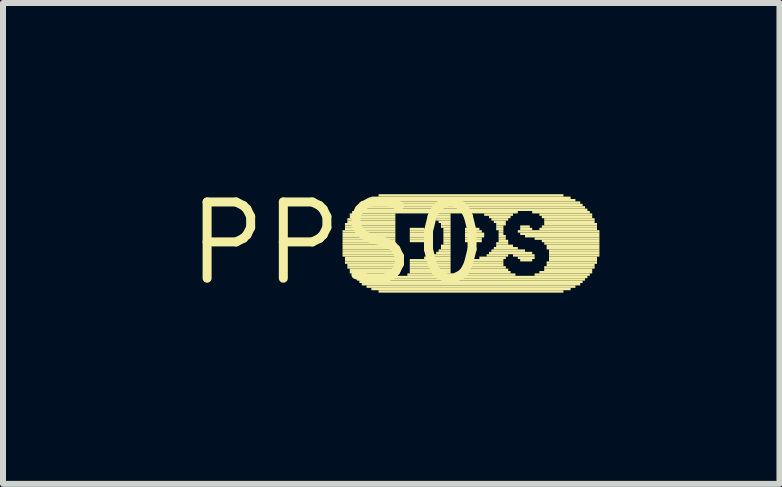
<source format=kicad_pcb>
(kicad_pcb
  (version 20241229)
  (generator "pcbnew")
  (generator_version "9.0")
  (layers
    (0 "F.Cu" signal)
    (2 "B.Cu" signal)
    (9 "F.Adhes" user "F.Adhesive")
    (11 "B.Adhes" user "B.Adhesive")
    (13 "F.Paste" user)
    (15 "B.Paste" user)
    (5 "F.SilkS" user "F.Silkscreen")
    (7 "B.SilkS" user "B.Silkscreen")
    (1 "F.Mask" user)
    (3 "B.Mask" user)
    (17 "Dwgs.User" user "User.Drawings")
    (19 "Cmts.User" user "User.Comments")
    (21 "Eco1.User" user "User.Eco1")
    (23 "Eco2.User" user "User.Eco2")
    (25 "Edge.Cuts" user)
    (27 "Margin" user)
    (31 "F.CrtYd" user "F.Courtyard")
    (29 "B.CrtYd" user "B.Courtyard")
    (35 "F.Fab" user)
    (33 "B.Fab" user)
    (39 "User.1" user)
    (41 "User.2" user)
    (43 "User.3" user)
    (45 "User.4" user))
  (footprint "PPS0"
    (layer "F.Cu")
    (at 2.578 1.006)
    (property "Reference" "PPS0" (at 0 0 0) (layer "F.SilkS") (effects (font (size 1.27 1.27) (thickness 0.15))))
    (fp_poly (pts (xy 0.08 -0.18) (xy 0.96 -0.18) (xy 0.96 -0.22) (xy 0.08 -0.22)) (stroke (width 0) (type solid)) (fill yes) (layer "F.SilkS"))
    (fp_poly (pts (xy 0.08 -0.14) (xy 0.96 -0.14) (xy 0.96 -0.18) (xy 0.08 -0.18)) (stroke (width 0) (type solid)) (fill yes) (layer "F.SilkS"))
    (fp_poly (pts (xy 0.08 -0.1) (xy 0.96 -0.1) (xy 0.96 -0.14) (xy 0.08 -0.14)) (stroke (width 0) (type solid)) (fill yes) (layer "F.SilkS"))
    (fp_poly (pts (xy 0.08 -0.06) (xy 0.96 -0.06) (xy 0.96 -0.1) (xy 0.08 -0.1)) (stroke (width 0) (type solid)) (fill yes) (layer "F.SilkS"))
    (fp_poly (pts (xy 0.08 -0.02) (xy 0.96 -0.02) (xy 0.96 -0.06) (xy 0.08 -0.06)) (stroke (width 0) (type solid)) (fill yes) (layer "F.SilkS"))
    (fp_poly (pts (xy 0.08 0.02) (xy 0.96 0.02) (xy 0.96 -0.02) (xy 0.08 -0.02)) (stroke (width 0) (type solid)) (fill yes) (layer "F.SilkS"))
    (fp_poly (pts (xy 0.08 0.06) (xy 0.96 0.06) (xy 0.96 0.02) (xy 0.08 0.02)) (stroke (width 0) (type solid)) (fill yes) (layer "F.SilkS"))
    (fp_poly (pts (xy 0.08 0.1) (xy 0.96 0.1) (xy 0.96 0.06) (xy 0.08 0.06)) (stroke (width 0) (type solid)) (fill yes) (layer "F.SilkS"))
    (fp_poly (pts (xy 0.08 0.14) (xy 0.96 0.14) (xy 0.96 0.1) (xy 0.08 0.1)) (stroke (width 0) (type solid)) (fill yes) (layer "F.SilkS"))
    (fp_poly (pts (xy 0.08 0.18) (xy 0.96 0.18) (xy 0.96 0.14) (xy 0.08 0.14)) (stroke (width 0) (type solid)) (fill yes) (layer "F.SilkS"))
    (fp_poly (pts (xy 0.08 0.22) (xy 0.96 0.22) (xy 0.96 0.18) (xy 0.08 0.18)) (stroke (width 0) (type solid)) (fill yes) (layer "F.SilkS"))
    (fp_poly (pts (xy 0.12 -0.3) (xy 0.96 -0.3) (xy 0.96 -0.34) (xy 0.12 -0.34)) (stroke (width 0) (type solid)) (fill yes) (layer "F.SilkS"))
    (fp_poly (pts (xy 0.12 -0.26) (xy 0.96 -0.26) (xy 0.96 -0.3) (xy 0.12 -0.3)) (stroke (width 0) (type solid)) (fill yes) (layer "F.SilkS"))
    (fp_poly (pts (xy 0.12 -0.22) (xy 0.96 -0.22) (xy 0.96 -0.26) (xy 0.12 -0.26)) (stroke (width 0) (type solid)) (fill yes) (layer "F.SilkS"))
    (fp_poly (pts (xy 0.12 0.26) (xy 0.96 0.26) (xy 0.96 0.22) (xy 0.12 0.22)) (stroke (width 0) (type solid)) (fill yes) (layer "F.SilkS"))
    (fp_poly (pts (xy 0.12 0.3) (xy 0.96 0.3) (xy 0.96 0.26) (xy 0.12 0.26)) (stroke (width 0) (type solid)) (fill yes) (layer "F.SilkS"))
    (fp_poly (pts (xy 0.12 0.34) (xy 0.96 0.34) (xy 0.96 0.3) (xy 0.12 0.3)) (stroke (width 0) (type solid)) (fill yes) (layer "F.SilkS"))
    (fp_poly (pts (xy 0.16 -0.38) (xy 0.96 -0.38) (xy 0.96 -0.42) (xy 0.16 -0.42)) (stroke (width 0) (type solid)) (fill yes) (layer "F.SilkS"))
    (fp_poly (pts (xy 0.16 -0.34) (xy 0.96 -0.34) (xy 0.96 -0.38) (xy 0.16 -0.38)) (stroke (width 0) (type solid)) (fill yes) (layer "F.SilkS"))
    (fp_poly (pts (xy 0.16 0.38) (xy 0.96 0.38) (xy 0.96 0.34) (xy 0.16 0.34)) (stroke (width 0) (type solid)) (fill yes) (layer "F.SilkS"))
    (fp_poly (pts (xy 0.16 0.42) (xy 0.96 0.42) (xy 0.96 0.38) (xy 0.16 0.38)) (stroke (width 0) (type solid)) (fill yes) (layer "F.SilkS"))
    (fp_poly (pts (xy 0.2 -0.46) (xy 0.96 -0.46) (xy 0.96 -0.5) (xy 0.2 -0.5)) (stroke (width 0) (type solid)) (fill yes) (layer "F.SilkS"))
    (fp_poly (pts (xy 0.2 -0.42) (xy 0.96 -0.42) (xy 0.96 -0.46) (xy 0.2 -0.46)) (stroke (width 0) (type solid)) (fill yes) (layer "F.SilkS"))
    (fp_poly (pts (xy 0.2 0.46) (xy 0.96 0.46) (xy 0.96 0.42) (xy 0.2 0.42)) (stroke (width 0) (type solid)) (fill yes) (layer "F.SilkS"))
    (fp_poly (pts (xy 0.2 0.5) (xy 0.96 0.5) (xy 0.96 0.46) (xy 0.2 0.46)) (stroke (width 0) (type solid)) (fill yes) (layer "F.SilkS"))
    (fp_poly (pts (xy 0.24 -0.5) (xy 3 -0.5) (xy 3 -0.54) (xy 0.24 -0.54)) (stroke (width 0) (type solid)) (fill yes) (layer "F.SilkS"))
    (fp_poly (pts (xy 0.24 0.54) (xy 1 0.54) (xy 1 0.5) (xy 0.24 0.5)) (stroke (width 0) (type solid)) (fill yes) (layer "F.SilkS"))
    (fp_poly (pts (xy 0.28 -0.54) (xy 4.16 -0.54) (xy 4.16 -0.58) (xy 0.28 -0.58)) (stroke (width 0) (type solid)) (fill yes) (layer "F.SilkS"))
    (fp_poly (pts (xy 0.28 0.58) (xy 4.16 0.58) (xy 4.16 0.54) (xy 0.28 0.54)) (stroke (width 0) (type solid)) (fill yes) (layer "F.SilkS"))
    (fp_poly (pts (xy 0.32 -0.58) (xy 4.12 -0.58) (xy 4.12 -0.62) (xy 0.32 -0.62)) (stroke (width 0) (type solid)) (fill yes) (layer "F.SilkS"))
    (fp_poly (pts (xy 0.32 0.62) (xy 4.12 0.62) (xy 4.12 0.58) (xy 0.32 0.58)) (stroke (width 0) (type solid)) (fill yes) (layer "F.SilkS"))
    (fp_poly (pts (xy 0.36 -0.62) (xy 4.08 -0.62) (xy 4.08 -0.66) (xy 0.36 -0.66)) (stroke (width 0) (type solid)) (fill yes) (layer "F.SilkS"))
    (fp_poly (pts (xy 0.36 0.66) (xy 4.08 0.66) (xy 4.08 0.62) (xy 0.36 0.62)) (stroke (width 0) (type solid)) (fill yes) (layer "F.SilkS"))
    (fp_poly (pts (xy 0.4 -0.66) (xy 4.04 -0.66) (xy 4.04 -0.7) (xy 0.4 -0.7)) (stroke (width 0) (type solid)) (fill yes) (layer "F.SilkS"))
    (fp_poly (pts (xy 0.4 0.7) (xy 4.04 0.7) (xy 4.04 0.66) (xy 0.4 0.66)) (stroke (width 0) (type solid)) (fill yes) (layer "F.SilkS"))
    (fp_poly (pts (xy 0.48 -0.7) (xy 3.96 -0.7) (xy 3.96 -0.74) (xy 0.48 -0.74)) (stroke (width 0) (type solid)) (fill yes) (layer "F.SilkS"))
    (fp_poly (pts (xy 0.48 0.74) (xy 3.96 0.74) (xy 3.96 0.7) (xy 0.48 0.7)) (stroke (width 0) (type solid)) (fill yes) (layer "F.SilkS"))
    (fp_poly (pts (xy 0.56 -0.74) (xy 3.88 -0.74) (xy 3.88 -0.78) (xy 0.56 -0.78)) (stroke (width 0) (type solid)) (fill yes) (layer "F.SilkS"))
    (fp_poly (pts (xy 0.56 0.78) (xy 3.88 0.78) (xy 3.88 0.74) (xy 0.56 0.74)) (stroke (width 0) (type solid)) (fill yes) (layer "F.SilkS"))
    (fp_poly (pts (xy 0.68 -0.78) (xy 3.76 -0.78) (xy 3.76 -0.82) (xy 0.68 -0.82)) (stroke (width 0) (type solid)) (fill yes) (layer "F.SilkS"))
    (fp_poly (pts (xy 0.68 0.82) (xy 3.76 0.82) (xy 3.76 0.78) (xy 0.68 0.78)) (stroke (width 0) (type solid)) (fill yes) (layer "F.SilkS"))
    (fp_poly (pts (xy 1.16 0.54) (xy 1.92 0.54) (xy 1.92 0.5) (xy 1.16 0.5)) (stroke (width 0) (type solid)) (fill yes) (layer "F.SilkS"))
    (fp_poly (pts (xy 1.2 -0.22) (xy 1.44 -0.22) (xy 1.44 -0.26) (xy 1.2 -0.26)) (stroke (width 0) (type solid)) (fill yes) (layer "F.SilkS"))
    (fp_poly (pts (xy 1.2 -0.18) (xy 1.52 -0.18) (xy 1.52 -0.22) (xy 1.2 -0.22)) (stroke (width 0) (type solid)) (fill yes) (layer "F.SilkS"))
    (fp_poly (pts (xy 1.2 -0.14) (xy 1.52 -0.14) (xy 1.52 -0.18) (xy 1.2 -0.18)) (stroke (width 0) (type solid)) (fill yes) (layer "F.SilkS"))
    (fp_poly (pts (xy 1.2 -0.1) (xy 1.52 -0.1) (xy 1.52 -0.14) (xy 1.2 -0.14)) (stroke (width 0) (type solid)) (fill yes) (layer "F.SilkS"))
    (fp_poly (pts (xy 1.2 -0.06) (xy 1.52 -0.06) (xy 1.52 -0.1) (xy 1.2 -0.1)) (stroke (width 0) (type solid)) (fill yes) (layer "F.SilkS"))
    (fp_poly (pts (xy 1.2 -0.02) (xy 1.48 -0.02) (xy 1.48 -0.06) (xy 1.2 -0.06)) (stroke (width 0) (type solid)) (fill yes) (layer "F.SilkS"))
    (fp_poly (pts (xy 1.2 0.3) (xy 1.88 0.3) (xy 1.88 0.26) (xy 1.2 0.26)) (stroke (width 0) (type solid)) (fill yes) (layer "F.SilkS"))
    (fp_poly (pts (xy 1.2 0.34) (xy 1.88 0.34) (xy 1.88 0.3) (xy 1.2 0.3)) (stroke (width 0) (type solid)) (fill yes) (layer "F.SilkS"))
    (fp_poly (pts (xy 1.2 0.38) (xy 1.88 0.38) (xy 1.88 0.34) (xy 1.2 0.34)) (stroke (width 0) (type solid)) (fill yes) (layer "F.SilkS"))
    (fp_poly (pts (xy 1.2 0.42) (xy 1.88 0.42) (xy 1.88 0.38) (xy 1.2 0.38)) (stroke (width 0) (type solid)) (fill yes) (layer "F.SilkS"))
    (fp_poly (pts (xy 1.2 0.46) (xy 1.88 0.46) (xy 1.88 0.42) (xy 1.2 0.42)) (stroke (width 0) (type solid)) (fill yes) (layer "F.SilkS"))
    (fp_poly (pts (xy 1.2 0.5) (xy 1.88 0.5) (xy 1.88 0.46) (xy 1.2 0.46)) (stroke (width 0) (type solid)) (fill yes) (layer "F.SilkS"))
    (fp_poly (pts (xy 1.44 0.26) (xy 1.88 0.26) (xy 1.88 0.22) (xy 1.44 0.22)) (stroke (width 0) (type solid)) (fill yes) (layer "F.SilkS"))
    (fp_poly (pts (xy 1.52 -0.46) (xy 1.88 -0.46) (xy 1.88 -0.5) (xy 1.52 -0.5)) (stroke (width 0) (type solid)) (fill yes) (layer "F.SilkS"))
    (fp_poly (pts (xy 1.56 0.22) (xy 1.88 0.22) (xy 1.88 0.18) (xy 1.56 0.18)) (stroke (width 0) (type solid)) (fill yes) (layer "F.SilkS"))
    (fp_poly (pts (xy 1.6 -0.42) (xy 1.88 -0.42) (xy 1.88 -0.46) (xy 1.6 -0.46)) (stroke (width 0) (type solid)) (fill yes) (layer "F.SilkS"))
    (fp_poly (pts (xy 1.64 -0.38) (xy 1.88 -0.38) (xy 1.88 -0.42) (xy 1.64 -0.42)) (stroke (width 0) (type solid)) (fill yes) (layer "F.SilkS"))
    (fp_poly (pts (xy 1.64 0.18) (xy 1.88 0.18) (xy 1.88 0.14) (xy 1.64 0.14)) (stroke (width 0) (type solid)) (fill yes) (layer "F.SilkS"))
    (fp_poly (pts (xy 1.68 -0.34) (xy 1.88 -0.34) (xy 1.88 -0.38) (xy 1.68 -0.38)) (stroke (width 0) (type solid)) (fill yes) (layer "F.SilkS"))
    (fp_poly (pts (xy 1.68 0.14) (xy 1.88 0.14) (xy 1.88 0.1) (xy 1.68 0.1)) (stroke (width 0) (type solid)) (fill yes) (layer "F.SilkS"))
    (fp_poly (pts (xy 1.72 -0.3) (xy 1.88 -0.3) (xy 1.88 -0.34) (xy 1.72 -0.34)) (stroke (width 0) (type solid)) (fill yes) (layer "F.SilkS"))
    (fp_poly (pts (xy 1.72 -0.26) (xy 1.88 -0.26) (xy 1.88 -0.3) (xy 1.72 -0.3)) (stroke (width 0) (type solid)) (fill yes) (layer "F.SilkS"))
    (fp_poly (pts (xy 1.72 0.06) (xy 1.88 0.06) (xy 1.88 0.02) (xy 1.72 0.02)) (stroke (width 0) (type solid)) (fill yes) (layer "F.SilkS"))
    (fp_poly (pts (xy 1.72 0.1) (xy 1.88 0.1) (xy 1.88 0.06) (xy 1.72 0.06)) (stroke (width 0) (type solid)) (fill yes) (layer "F.SilkS"))
    (fp_poly (pts (xy 1.76 -0.22) (xy 1.88 -0.22) (xy 1.88 -0.26) (xy 1.76 -0.26)) (stroke (width 0) (type solid)) (fill yes) (layer "F.SilkS"))
    (fp_poly (pts (xy 1.76 -0.18) (xy 1.88 -0.18) (xy 1.88 -0.22) (xy 1.76 -0.22)) (stroke (width 0) (type solid)) (fill yes) (layer "F.SilkS"))
    (fp_poly (pts (xy 1.76 -0.14) (xy 1.88 -0.14) (xy 1.88 -0.18) (xy 1.76 -0.18)) (stroke (width 0) (type solid)) (fill yes) (layer "F.SilkS"))
    (fp_poly (pts (xy 1.76 -0.1) (xy 1.88 -0.1) (xy 1.88 -0.14) (xy 1.76 -0.14)) (stroke (width 0) (type solid)) (fill yes) (layer "F.SilkS"))
    (fp_poly (pts (xy 1.76 -0.06) (xy 1.88 -0.06) (xy 1.88 -0.1) (xy 1.76 -0.1)) (stroke (width 0) (type solid)) (fill yes) (layer "F.SilkS"))
    (fp_poly (pts (xy 1.76 -0.02) (xy 1.88 -0.02) (xy 1.88 -0.06) (xy 1.76 -0.06)) (stroke (width 0) (type solid)) (fill yes) (layer "F.SilkS"))
    (fp_poly (pts (xy 1.76 0.02) (xy 1.88 0.02) (xy 1.88 -0.02) (xy 1.76 -0.02)) (stroke (width 0) (type solid)) (fill yes) (layer "F.SilkS"))
    (fp_poly (pts (xy 2.08 0.54) (xy 2.96 0.54) (xy 2.96 0.5) (xy 2.08 0.5)) (stroke (width 0) (type solid)) (fill yes) (layer "F.SilkS"))
    (fp_poly (pts (xy 2.12 -0.22) (xy 2.36 -0.22) (xy 2.36 -0.26) (xy 2.12 -0.26)) (stroke (width 0) (type solid)) (fill yes) (layer "F.SilkS"))
    (fp_poly (pts (xy 2.12 -0.18) (xy 2.4 -0.18) (xy 2.4 -0.22) (xy 2.12 -0.22)) (stroke (width 0) (type solid)) (fill yes) (layer "F.SilkS"))
    (fp_poly (pts (xy 2.12 -0.14) (xy 2.44 -0.14) (xy 2.44 -0.18) (xy 2.12 -0.18)) (stroke (width 0) (type solid)) (fill yes) (layer "F.SilkS"))
    (fp_poly (pts (xy 2.12 -0.1) (xy 2.44 -0.1) (xy 2.44 -0.14) (xy 2.12 -0.14)) (stroke (width 0) (type solid)) (fill yes) (layer "F.SilkS"))
    (fp_poly (pts (xy 2.12 -0.06) (xy 2.4 -0.06) (xy 2.4 -0.1) (xy 2.12 -0.1)) (stroke (width 0) (type solid)) (fill yes) (layer "F.SilkS"))
    (fp_poly (pts (xy 2.12 -0.02) (xy 2.4 -0.02) (xy 2.4 -0.06) (xy 2.12 -0.06)) (stroke (width 0) (type solid)) (fill yes) (layer "F.SilkS"))
    (fp_poly (pts (xy 2.12 0.3) (xy 2.76 0.3) (xy 2.76 0.26) (xy 2.12 0.26)) (stroke (width 0) (type solid)) (fill yes) (layer "F.SilkS"))
    (fp_poly (pts (xy 2.12 0.34) (xy 2.76 0.34) (xy 2.76 0.3) (xy 2.12 0.3)) (stroke (width 0) (type solid)) (fill yes) (layer "F.SilkS"))
    (fp_poly (pts (xy 2.12 0.38) (xy 2.76 0.38) (xy 2.76 0.34) (xy 2.12 0.34)) (stroke (width 0) (type solid)) (fill yes) (layer "F.SilkS"))
    (fp_poly (pts (xy 2.12 0.42) (xy 2.8 0.42) (xy 2.8 0.38) (xy 2.12 0.38)) (stroke (width 0) (type solid)) (fill yes) (layer "F.SilkS"))
    (fp_poly (pts (xy 2.12 0.46) (xy 2.84 0.46) (xy 2.84 0.42) (xy 2.12 0.42)) (stroke (width 0) (type solid)) (fill yes) (layer "F.SilkS"))
    (fp_poly (pts (xy 2.12 0.5) (xy 2.88 0.5) (xy 2.88 0.46) (xy 2.12 0.46)) (stroke (width 0) (type solid)) (fill yes) (layer "F.SilkS"))
    (fp_poly (pts (xy 2.36 0.26) (xy 2.8 0.26) (xy 2.8 0.22) (xy 2.36 0.22)) (stroke (width 0) (type solid)) (fill yes) (layer "F.SilkS"))
    (fp_poly (pts (xy 2.44 -0.46) (xy 2.92 -0.46) (xy 2.92 -0.5) (xy 2.44 -0.5)) (stroke (width 0) (type solid)) (fill yes) (layer "F.SilkS"))
    (fp_poly (pts (xy 2.48 0.22) (xy 2.84 0.22) (xy 2.84 0.18) (xy 2.48 0.18)) (stroke (width 0) (type solid)) (fill yes) (layer "F.SilkS"))
    (fp_poly (pts (xy 2.52 -0.42) (xy 2.88 -0.42) (xy 2.88 -0.46) (xy 2.52 -0.46)) (stroke (width 0) (type solid)) (fill yes) (layer "F.SilkS"))
    (fp_poly (pts (xy 2.52 0.18) (xy 3.24 0.18) (xy 3.24 0.14) (xy 2.52 0.14)) (stroke (width 0) (type solid)) (fill yes) (layer "F.SilkS"))
    (fp_poly (pts (xy 2.56 -0.38) (xy 2.84 -0.38) (xy 2.84 -0.42) (xy 2.56 -0.42)) (stroke (width 0) (type solid)) (fill yes) (layer "F.SilkS"))
    (fp_poly (pts (xy 2.56 0.14) (xy 3.12 0.14) (xy 3.12 0.1) (xy 2.56 0.1)) (stroke (width 0) (type solid)) (fill yes) (layer "F.SilkS"))
    (fp_poly (pts (xy 2.6 -0.34) (xy 2.8 -0.34) (xy 2.8 -0.38) (xy 2.6 -0.38)) (stroke (width 0) (type solid)) (fill yes) (layer "F.SilkS"))
    (fp_poly (pts (xy 2.6 0.1) (xy 3 0.1) (xy 3 0.06) (xy 2.6 0.06)) (stroke (width 0) (type solid)) (fill yes) (layer "F.SilkS"))
    (fp_poly (pts (xy 2.64 -0.3) (xy 2.8 -0.3) (xy 2.8 -0.34) (xy 2.64 -0.34)) (stroke (width 0) (type solid)) (fill yes) (layer "F.SilkS"))
    (fp_poly (pts (xy 2.64 -0.26) (xy 2.76 -0.26) (xy 2.76 -0.3) (xy 2.64 -0.3)) (stroke (width 0) (type solid)) (fill yes) (layer "F.SilkS"))
    (fp_poly (pts (xy 2.64 -0.22) (xy 2.76 -0.22) (xy 2.76 -0.26) (xy 2.64 -0.26)) (stroke (width 0) (type solid)) (fill yes) (layer "F.SilkS"))
    (fp_poly (pts (xy 2.64 0.02) (xy 2.84 0.02) (xy 2.84 -0.02) (xy 2.64 -0.02)) (stroke (width 0) (type solid)) (fill yes) (layer "F.SilkS"))
    (fp_poly (pts (xy 2.64 0.06) (xy 2.92 0.06) (xy 2.92 0.02) (xy 2.64 0.02)) (stroke (width 0) (type solid)) (fill yes) (layer "F.SilkS"))
    (fp_poly (pts (xy 2.68 -0.18) (xy 2.76 -0.18) (xy 2.76 -0.22) (xy 2.68 -0.22)) (stroke (width 0) (type solid)) (fill yes) (layer "F.SilkS"))
    (fp_poly (pts (xy 2.68 -0.14) (xy 2.76 -0.14) (xy 2.76 -0.18) (xy 2.68 -0.18)) (stroke (width 0) (type solid)) (fill yes) (layer "F.SilkS"))
    (fp_poly (pts (xy 2.68 -0.1) (xy 2.8 -0.1) (xy 2.8 -0.14) (xy 2.68 -0.14)) (stroke (width 0) (type solid)) (fill yes) (layer "F.SilkS"))
    (fp_poly (pts (xy 2.68 -0.06) (xy 2.8 -0.06) (xy 2.8 -0.1) (xy 2.68 -0.1)) (stroke (width 0) (type solid)) (fill yes) (layer "F.SilkS"))
    (fp_poly (pts (xy 2.68 -0.02) (xy 2.84 -0.02) (xy 2.84 -0.06) (xy 2.68 -0.06)) (stroke (width 0) (type solid)) (fill yes) (layer "F.SilkS"))
    (fp_poly (pts (xy 2.92 0.22) (xy 3.28 0.22) (xy 3.28 0.18) (xy 2.92 0.18)) (stroke (width 0) (type solid)) (fill yes) (layer "F.SilkS"))
    (fp_poly (pts (xy 3 -0.18) (xy 4.36 -0.18) (xy 4.36 -0.22) (xy 3 -0.22)) (stroke (width 0) (type solid)) (fill yes) (layer "F.SilkS"))
    (fp_poly (pts (xy 3 0.26) (xy 3.28 0.26) (xy 3.28 0.22) (xy 3 0.22)) (stroke (width 0) (type solid)) (fill yes) (layer "F.SilkS"))
    (fp_poly (pts (xy 3.04 -0.26) (xy 3.2 -0.26) (xy 3.2 -0.3) (xy 3.04 -0.3)) (stroke (width 0) (type solid)) (fill yes) (layer "F.SilkS"))
    (fp_poly (pts (xy 3.04 -0.22) (xy 3.24 -0.22) (xy 3.24 -0.26) (xy 3.04 -0.26)) (stroke (width 0) (type solid)) (fill yes) (layer "F.SilkS"))
    (fp_poly (pts (xy 3.04 -0.14) (xy 4.36 -0.14) (xy 4.36 -0.18) (xy 3.04 -0.18)) (stroke (width 0) (type solid)) (fill yes) (layer "F.SilkS"))
    (fp_poly (pts (xy 3.04 0.3) (xy 3.24 0.3) (xy 3.24 0.26) (xy 3.04 0.26)) (stroke (width 0) (type solid)) (fill yes) (layer "F.SilkS"))
    (fp_poly (pts (xy 3.12 -0.1) (xy 4.36 -0.1) (xy 4.36 -0.14) (xy 3.12 -0.14)) (stroke (width 0) (type solid)) (fill yes) (layer "F.SilkS"))
    (fp_poly (pts (xy 3.24 -0.5) (xy 4.2 -0.5) (xy 4.2 -0.54) (xy 3.24 -0.54)) (stroke (width 0) (type solid)) (fill yes) (layer "F.SilkS"))
    (fp_poly (pts (xy 3.28 -0.06) (xy 4.36 -0.06) (xy 4.36 -0.1) (xy 3.28 -0.1)) (stroke (width 0) (type solid)) (fill yes) (layer "F.SilkS"))
    (fp_poly (pts (xy 3.28 0.54) (xy 4.2 0.54) (xy 4.2 0.5) (xy 3.28 0.5)) (stroke (width 0) (type solid)) (fill yes) (layer "F.SilkS"))
    (fp_poly (pts (xy 3.36 -0.46) (xy 4.24 -0.46) (xy 4.24 -0.5) (xy 3.36 -0.5)) (stroke (width 0) (type solid)) (fill yes) (layer "F.SilkS"))
    (fp_poly (pts (xy 3.36 -0.22) (xy 4.32 -0.22) (xy 4.32 -0.26) (xy 3.36 -0.26)) (stroke (width 0) (type solid)) (fill yes) (layer "F.SilkS"))
    (fp_poly (pts (xy 3.36 0.5) (xy 4.24 0.5) (xy 4.24 0.46) (xy 3.36 0.46)) (stroke (width 0) (type solid)) (fill yes) (layer "F.SilkS"))
    (fp_poly (pts (xy 3.4 -0.42) (xy 4.24 -0.42) (xy 4.24 -0.46) (xy 3.4 -0.46)) (stroke (width 0) (type solid)) (fill yes) (layer "F.SilkS"))
    (fp_poly (pts (xy 3.4 -0.26) (xy 4.32 -0.26) (xy 4.32 -0.3) (xy 3.4 -0.3)) (stroke (width 0) (type solid)) (fill yes) (layer "F.SilkS"))
    (fp_poly (pts (xy 3.4 -0.02) (xy 4.36 -0.02) (xy 4.36 -0.06) (xy 3.4 -0.06)) (stroke (width 0) (type solid)) (fill yes) (layer "F.SilkS"))
    (fp_poly (pts (xy 3.44 -0.38) (xy 4.28 -0.38) (xy 4.28 -0.42) (xy 3.44 -0.42)) (stroke (width 0) (type solid)) (fill yes) (layer "F.SilkS"))
    (fp_poly (pts (xy 3.44 -0.34) (xy 4.28 -0.34) (xy 4.28 -0.38) (xy 3.44 -0.38)) (stroke (width 0) (type solid)) (fill yes) (layer "F.SilkS"))
    (fp_poly (pts (xy 3.44 -0.3) (xy 4.32 -0.3) (xy 4.32 -0.34) (xy 3.44 -0.34)) (stroke (width 0) (type solid)) (fill yes) (layer "F.SilkS"))
    (fp_poly (pts (xy 3.44 0.02) (xy 4.36 0.02) (xy 4.36 -0.02) (xy 3.44 -0.02)) (stroke (width 0) (type solid)) (fill yes) (layer "F.SilkS"))
    (fp_poly (pts (xy 3.44 0.42) (xy 4.28 0.42) (xy 4.28 0.38) (xy 3.44 0.38)) (stroke (width 0) (type solid)) (fill yes) (layer "F.SilkS"))
    (fp_poly (pts (xy 3.44 0.46) (xy 4.24 0.46) (xy 4.24 0.42) (xy 3.44 0.42)) (stroke (width 0) (type solid)) (fill yes) (layer "F.SilkS"))
    (fp_poly (pts (xy 3.48 0.06) (xy 4.36 0.06) (xy 4.36 0.02) (xy 3.48 0.02)) (stroke (width 0) (type solid)) (fill yes) (layer "F.SilkS"))
    (fp_poly (pts (xy 3.48 0.1) (xy 4.36 0.1) (xy 4.36 0.06) (xy 3.48 0.06)) (stroke (width 0) (type solid)) (fill yes) (layer "F.SilkS"))
    (fp_poly (pts (xy 3.48 0.34) (xy 4.32 0.34) (xy 4.32 0.3) (xy 3.48 0.3)) (stroke (width 0) (type solid)) (fill yes) (layer "F.SilkS"))
    (fp_poly (pts (xy 3.48 0.38) (xy 4.28 0.38) (xy 4.28 0.34) (xy 3.48 0.34)) (stroke (width 0) (type solid)) (fill yes) (layer "F.SilkS"))
    (fp_poly (pts (xy 3.52 0.14) (xy 4.36 0.14) (xy 4.36 0.1) (xy 3.52 0.1)) (stroke (width 0) (type solid)) (fill yes) (layer "F.SilkS"))
    (fp_poly (pts (xy 3.52 0.18) (xy 4.36 0.18) (xy 4.36 0.14) (xy 3.52 0.14)) (stroke (width 0) (type solid)) (fill yes) (layer "F.SilkS"))
    (fp_poly (pts (xy 3.52 0.22) (xy 4.36 0.22) (xy 4.36 0.18) (xy 3.52 0.18)) (stroke (width 0) (type solid)) (fill yes) (layer "F.SilkS"))
    (fp_poly (pts (xy 3.52 0.26) (xy 4.32 0.26) (xy 4.32 0.22) (xy 3.52 0.22)) (stroke (width 0) (type solid)) (fill yes) (layer "F.SilkS"))
    (fp_poly (pts (xy 3.52 0.3) (xy 4.32 0.3) (xy 4.32 0.26) (xy 3.52 0.26)) (stroke (width 0) (type solid)) (fill yes) (layer "F.SilkS")))
  (gr_rect
    (start -3 -3)
    (end 9.938 5.012)
    (stroke (width 0.1) (type default))
    (fill no)
    (layer "Edge.Cuts")))
</source>
